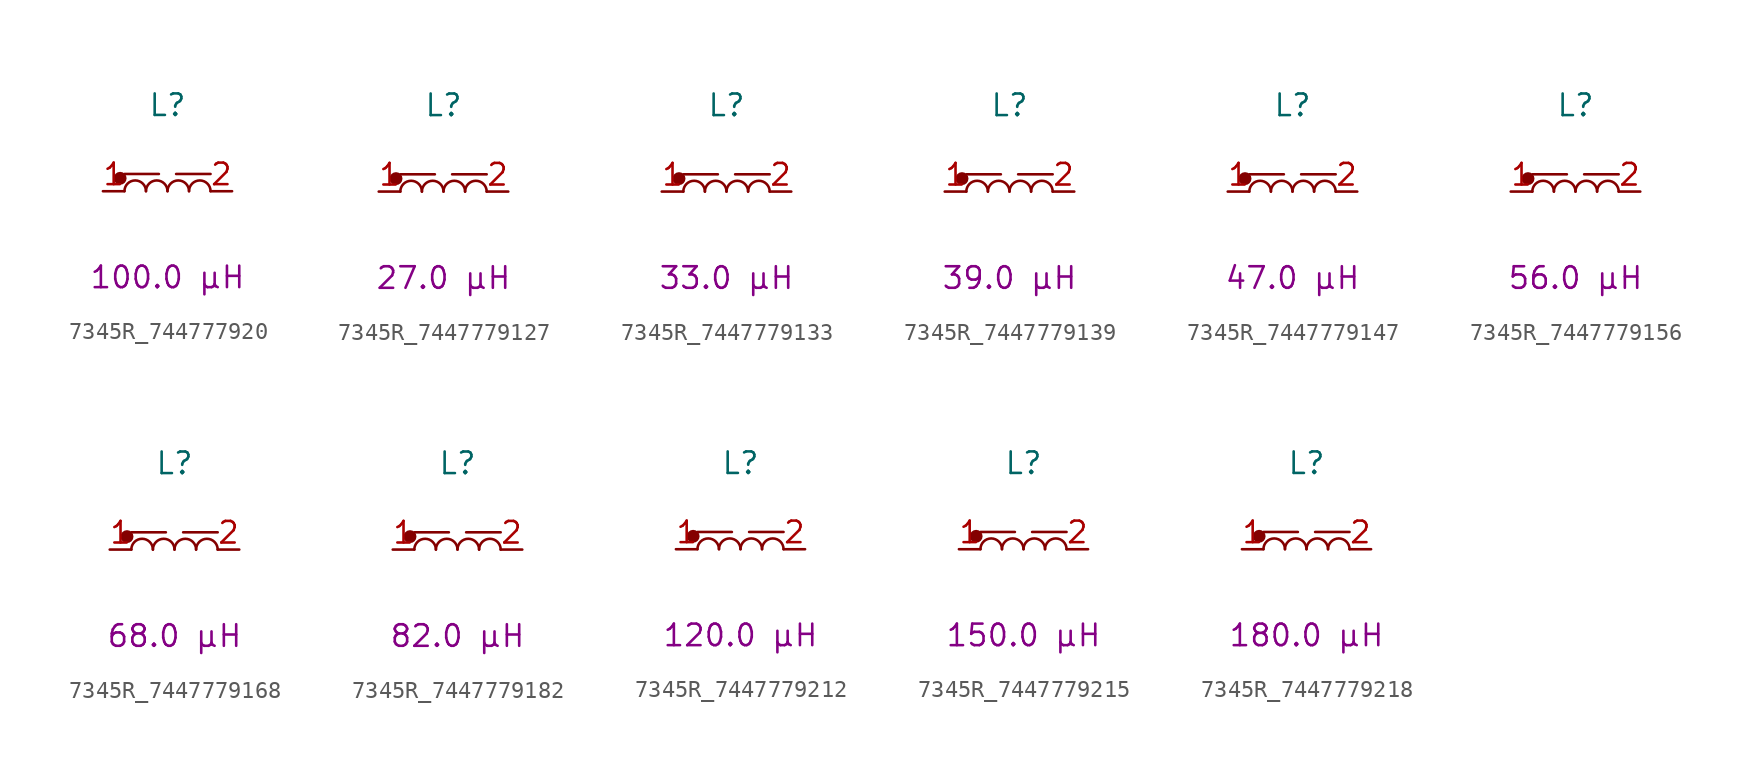
<source format=kicad_sym>
(kicad_symbol_lib
  (version 20220914)
  (generator kicad_symbol_editor)
  (symbol "7345R_744777920"
    (pin_names hide)
    (property "Reference" "L"
      (at 0 5.08 0)
      (effects (font (size 1.27 1.27))))
    (property "Critical Parameter" "100.0 µH"
      (at 0 -5.08 0)
      (effects (font (size 1.27 1.27))))
    (symbol "7345R_744777920_0_1"
      (arc (start -1.27 0) (mid -1.905 0.6323) (end -2.54 0) (stroke (width 0) (type default)) (fill (type none)))
      (arc (start 0 0) (mid -0.635 0.6323) (end -1.27 0) (stroke (width 0) (type default)) (fill (type none)))
      (polyline (pts (xy -2.54 1.016) (xy -0.508 1.016)) (stroke (width 0) (type default)) (fill (type none)))
      (arc (start 1.27 0) (mid 0.635 0.6323) (end 0 0) (stroke (width 0) (type default)) (fill (type none)))
      (arc (start 2.54 0) (mid 1.905 0.6323) (end 1.27 0) (stroke (width 0) (type default)) (fill (type none))))
    (symbol "7345R_744777920_1_1"
      (circle (center -2.794 0.762) (radius 0.0001) (stroke (width 0.381) (type default)) (fill (type none)))
      (polyline (pts (xy 2.54 1.016) (xy 0.508 1.016)) (stroke (width 0) (type default)) (fill (type none)))
      (pin passive line (at -3.81 0 0) (length 1.27) (name "1" (effects (font (size 1.27 1.27)))) (number "1" (effects (font (size 1.27 1.27)))))
      (pin passive line (at 3.81 0 180) (length 1.27) (name "2" (effects (font (size 1.27 1.27)))) (number "2" (effects (font (size 1.27 1.27)))))))
  (symbol "7345R_7447779127"
    (pin_names hide)
    (property "Reference" "L"
      (at 0 5.08 0)
      (effects (font (size 1.27 1.27))))
    (property "Critical Parameter" "27.0 µH"
      (at 0 -5.08 0)
      (effects (font (size 1.27 1.27))))
    (symbol "7345R_7447779127_0_1"
      (arc (start -1.27 0) (mid -1.905 0.6323) (end -2.54 0) (stroke (width 0) (type default)) (fill (type none)))
      (arc (start 0 0) (mid -0.635 0.6323) (end -1.27 0) (stroke (width 0) (type default)) (fill (type none)))
      (polyline (pts (xy -2.54 1.016) (xy -0.508 1.016)) (stroke (width 0) (type default)) (fill (type none)))
      (arc (start 1.27 0) (mid 0.635 0.6323) (end 0 0) (stroke (width 0) (type default)) (fill (type none)))
      (arc (start 2.54 0) (mid 1.905 0.6323) (end 1.27 0) (stroke (width 0) (type default)) (fill (type none))))
    (symbol "7345R_7447779127_1_1"
      (circle (center -2.794 0.762) (radius 0.0001) (stroke (width 0.381) (type default)) (fill (type none)))
      (polyline (pts (xy 2.54 1.016) (xy 0.508 1.016)) (stroke (width 0) (type default)) (fill (type none)))
      (pin passive line (at -3.81 0 0) (length 1.27) (name "1" (effects (font (size 1.27 1.27)))) (number "1" (effects (font (size 1.27 1.27)))))
      (pin passive line (at 3.81 0 180) (length 1.27) (name "2" (effects (font (size 1.27 1.27)))) (number "2" (effects (font (size 1.27 1.27)))))))
  (symbol "7345R_7447779133"
    (pin_names hide)
    (property "Reference" "L"
      (at 0 5.08 0)
      (effects (font (size 1.27 1.27))))
    (property "Critical Parameter" "33.0 µH"
      (at 0 -5.08 0)
      (effects (font (size 1.27 1.27))))
    (symbol "7345R_7447779133_0_1"
      (arc (start -1.27 0) (mid -1.905 0.6323) (end -2.54 0) (stroke (width 0) (type default)) (fill (type none)))
      (arc (start 0 0) (mid -0.635 0.6323) (end -1.27 0) (stroke (width 0) (type default)) (fill (type none)))
      (polyline (pts (xy -2.54 1.016) (xy -0.508 1.016)) (stroke (width 0) (type default)) (fill (type none)))
      (arc (start 1.27 0) (mid 0.635 0.6323) (end 0 0) (stroke (width 0) (type default)) (fill (type none)))
      (arc (start 2.54 0) (mid 1.905 0.6323) (end 1.27 0) (stroke (width 0) (type default)) (fill (type none))))
    (symbol "7345R_7447779133_1_1"
      (circle (center -2.794 0.762) (radius 0.0001) (stroke (width 0.381) (type default)) (fill (type none)))
      (polyline (pts (xy 2.54 1.016) (xy 0.508 1.016)) (stroke (width 0) (type default)) (fill (type none)))
      (pin passive line (at -3.81 0 0) (length 1.27) (name "1" (effects (font (size 1.27 1.27)))) (number "1" (effects (font (size 1.27 1.27)))))
      (pin passive line (at 3.81 0 180) (length 1.27) (name "2" (effects (font (size 1.27 1.27)))) (number "2" (effects (font (size 1.27 1.27)))))))
  (symbol "7345R_7447779139"
    (pin_names hide)
    (property "Reference" "L"
      (at 0 5.08 0)
      (effects (font (size 1.27 1.27))))
    (property "Critical Parameter" "39.0 µH"
      (at 0 -5.08 0)
      (effects (font (size 1.27 1.27))))
    (symbol "7345R_7447779139_0_1"
      (arc (start -1.27 0) (mid -1.905 0.6323) (end -2.54 0) (stroke (width 0) (type default)) (fill (type none)))
      (arc (start 0 0) (mid -0.635 0.6323) (end -1.27 0) (stroke (width 0) (type default)) (fill (type none)))
      (polyline (pts (xy -2.54 1.016) (xy -0.508 1.016)) (stroke (width 0) (type default)) (fill (type none)))
      (arc (start 1.27 0) (mid 0.635 0.6323) (end 0 0) (stroke (width 0) (type default)) (fill (type none)))
      (arc (start 2.54 0) (mid 1.905 0.6323) (end 1.27 0) (stroke (width 0) (type default)) (fill (type none))))
    (symbol "7345R_7447779139_1_1"
      (circle (center -2.794 0.762) (radius 0.0001) (stroke (width 0.381) (type default)) (fill (type none)))
      (polyline (pts (xy 2.54 1.016) (xy 0.508 1.016)) (stroke (width 0) (type default)) (fill (type none)))
      (pin passive line (at -3.81 0 0) (length 1.27) (name "1" (effects (font (size 1.27 1.27)))) (number "1" (effects (font (size 1.27 1.27)))))
      (pin passive line (at 3.81 0 180) (length 1.27) (name "2" (effects (font (size 1.27 1.27)))) (number "2" (effects (font (size 1.27 1.27)))))))
  (symbol "7345R_7447779147"
    (pin_names hide)
    (property "Reference" "L"
      (at 0 5.08 0)
      (effects (font (size 1.27 1.27))))
    (property "Critical Parameter" "47.0 µH"
      (at 0 -5.08 0)
      (effects (font (size 1.27 1.27))))
    (symbol "7345R_7447779147_0_1"
      (arc (start -1.27 0) (mid -1.905 0.6323) (end -2.54 0) (stroke (width 0) (type default)) (fill (type none)))
      (arc (start 0 0) (mid -0.635 0.6323) (end -1.27 0) (stroke (width 0) (type default)) (fill (type none)))
      (polyline (pts (xy -2.54 1.016) (xy -0.508 1.016)) (stroke (width 0) (type default)) (fill (type none)))
      (arc (start 1.27 0) (mid 0.635 0.6323) (end 0 0) (stroke (width 0) (type default)) (fill (type none)))
      (arc (start 2.54 0) (mid 1.905 0.6323) (end 1.27 0) (stroke (width 0) (type default)) (fill (type none))))
    (symbol "7345R_7447779147_1_1"
      (circle (center -2.794 0.762) (radius 0.0001) (stroke (width 0.381) (type default)) (fill (type none)))
      (polyline (pts (xy 2.54 1.016) (xy 0.508 1.016)) (stroke (width 0) (type default)) (fill (type none)))
      (pin passive line (at -3.81 0 0) (length 1.27) (name "1" (effects (font (size 1.27 1.27)))) (number "1" (effects (font (size 1.27 1.27)))))
      (pin passive line (at 3.81 0 180) (length 1.27) (name "2" (effects (font (size 1.27 1.27)))) (number "2" (effects (font (size 1.27 1.27)))))))
  (symbol "7345R_7447779156"
    (pin_names hide)
    (property "Reference" "L"
      (at 0 5.08 0)
      (effects (font (size 1.27 1.27))))
    (property "Critical Parameter" "56.0 µH"
      (at 0 -5.08 0)
      (effects (font (size 1.27 1.27))))
    (symbol "7345R_7447779156_0_1"
      (arc (start -1.27 0) (mid -1.905 0.6323) (end -2.54 0) (stroke (width 0) (type default)) (fill (type none)))
      (arc (start 0 0) (mid -0.635 0.6323) (end -1.27 0) (stroke (width 0) (type default)) (fill (type none)))
      (polyline (pts (xy -2.54 1.016) (xy -0.508 1.016)) (stroke (width 0) (type default)) (fill (type none)))
      (arc (start 1.27 0) (mid 0.635 0.6323) (end 0 0) (stroke (width 0) (type default)) (fill (type none)))
      (arc (start 2.54 0) (mid 1.905 0.6323) (end 1.27 0) (stroke (width 0) (type default)) (fill (type none))))
    (symbol "7345R_7447779156_1_1"
      (circle (center -2.794 0.762) (radius 0.0001) (stroke (width 0.381) (type default)) (fill (type none)))
      (polyline (pts (xy 2.54 1.016) (xy 0.508 1.016)) (stroke (width 0) (type default)) (fill (type none)))
      (pin passive line (at -3.81 0 0) (length 1.27) (name "1" (effects (font (size 1.27 1.27)))) (number "1" (effects (font (size 1.27 1.27)))))
      (pin passive line (at 3.81 0 180) (length 1.27) (name "2" (effects (font (size 1.27 1.27)))) (number "2" (effects (font (size 1.27 1.27)))))))
  (symbol "7345R_7447779168"
    (pin_names hide)
    (property "Reference" "L"
      (at 0 5.08 0)
      (effects (font (size 1.27 1.27))))
    (property "Critical Parameter" "68.0 µH"
      (at 0 -5.08 0)
      (effects (font (size 1.27 1.27))))
    (symbol "7345R_7447779168_0_1"
      (arc (start -1.27 0) (mid -1.905 0.6323) (end -2.54 0) (stroke (width 0) (type default)) (fill (type none)))
      (arc (start 0 0) (mid -0.635 0.6323) (end -1.27 0) (stroke (width 0) (type default)) (fill (type none)))
      (polyline (pts (xy -2.54 1.016) (xy -0.508 1.016)) (stroke (width 0) (type default)) (fill (type none)))
      (arc (start 1.27 0) (mid 0.635 0.6323) (end 0 0) (stroke (width 0) (type default)) (fill (type none)))
      (arc (start 2.54 0) (mid 1.905 0.6323) (end 1.27 0) (stroke (width 0) (type default)) (fill (type none))))
    (symbol "7345R_7447779168_1_1"
      (circle (center -2.794 0.762) (radius 0.0001) (stroke (width 0.381) (type default)) (fill (type none)))
      (polyline (pts (xy 2.54 1.016) (xy 0.508 1.016)) (stroke (width 0) (type default)) (fill (type none)))
      (pin passive line (at -3.81 0 0) (length 1.27) (name "1" (effects (font (size 1.27 1.27)))) (number "1" (effects (font (size 1.27 1.27)))))
      (pin passive line (at 3.81 0 180) (length 1.27) (name "2" (effects (font (size 1.27 1.27)))) (number "2" (effects (font (size 1.27 1.27)))))))
  (symbol "7345R_7447779182"
    (pin_names hide)
    (property "Reference" "L"
      (at 0 5.08 0)
      (effects (font (size 1.27 1.27))))
    (property "Critical Parameter" "82.0 µH"
      (at 0 -5.08 0)
      (effects (font (size 1.27 1.27))))
    (symbol "7345R_7447779182_0_1"
      (arc (start -1.27 0) (mid -1.905 0.6323) (end -2.54 0) (stroke (width 0) (type default)) (fill (type none)))
      (arc (start 0 0) (mid -0.635 0.6323) (end -1.27 0) (stroke (width 0) (type default)) (fill (type none)))
      (polyline (pts (xy -2.54 1.016) (xy -0.508 1.016)) (stroke (width 0) (type default)) (fill (type none)))
      (arc (start 1.27 0) (mid 0.635 0.6323) (end 0 0) (stroke (width 0) (type default)) (fill (type none)))
      (arc (start 2.54 0) (mid 1.905 0.6323) (end 1.27 0) (stroke (width 0) (type default)) (fill (type none))))
    (symbol "7345R_7447779182_1_1"
      (circle (center -2.794 0.762) (radius 0.0001) (stroke (width 0.381) (type default)) (fill (type none)))
      (polyline (pts (xy 2.54 1.016) (xy 0.508 1.016)) (stroke (width 0) (type default)) (fill (type none)))
      (pin passive line (at -3.81 0 0) (length 1.27) (name "1" (effects (font (size 1.27 1.27)))) (number "1" (effects (font (size 1.27 1.27)))))
      (pin passive line (at 3.81 0 180) (length 1.27) (name "2" (effects (font (size 1.27 1.27)))) (number "2" (effects (font (size 1.27 1.27)))))))
  (symbol "7345R_7447779212"
    (pin_names hide)
    (property "Reference" "L"
      (at 0 5.08 0)
      (effects (font (size 1.27 1.27))))
    (property "Critical Parameter" "120.0 µH"
      (at 0 -5.08 0)
      (effects (font (size 1.27 1.27))))
    (symbol "7345R_7447779212_0_1"
      (arc (start -1.27 0) (mid -1.905 0.6323) (end -2.54 0) (stroke (width 0) (type default)) (fill (type none)))
      (arc (start 0 0) (mid -0.635 0.6323) (end -1.27 0) (stroke (width 0) (type default)) (fill (type none)))
      (polyline (pts (xy -2.54 1.016) (xy -0.508 1.016)) (stroke (width 0) (type default)) (fill (type none)))
      (arc (start 1.27 0) (mid 0.635 0.6323) (end 0 0) (stroke (width 0) (type default)) (fill (type none)))
      (arc (start 2.54 0) (mid 1.905 0.6323) (end 1.27 0) (stroke (width 0) (type default)) (fill (type none))))
    (symbol "7345R_7447779212_1_1"
      (circle (center -2.794 0.762) (radius 0.0001) (stroke (width 0.381) (type default)) (fill (type none)))
      (polyline (pts (xy 2.54 1.016) (xy 0.508 1.016)) (stroke (width 0) (type default)) (fill (type none)))
      (pin passive line (at -3.81 0 0) (length 1.27) (name "1" (effects (font (size 1.27 1.27)))) (number "1" (effects (font (size 1.27 1.27)))))
      (pin passive line (at 3.81 0 180) (length 1.27) (name "2" (effects (font (size 1.27 1.27)))) (number "2" (effects (font (size 1.27 1.27)))))))
  (symbol "7345R_7447779215"
    (pin_names hide)
    (property "Reference" "L"
      (at 0 5.08 0)
      (effects (font (size 1.27 1.27))))
    (property "Critical Parameter" "150.0 µH"
      (at 0 -5.08 0)
      (effects (font (size 1.27 1.27))))
    (symbol "7345R_7447779215_0_1"
      (arc (start -1.27 0) (mid -1.905 0.6323) (end -2.54 0) (stroke (width 0) (type default)) (fill (type none)))
      (arc (start 0 0) (mid -0.635 0.6323) (end -1.27 0) (stroke (width 0) (type default)) (fill (type none)))
      (polyline (pts (xy -2.54 1.016) (xy -0.508 1.016)) (stroke (width 0) (type default)) (fill (type none)))
      (arc (start 1.27 0) (mid 0.635 0.6323) (end 0 0) (stroke (width 0) (type default)) (fill (type none)))
      (arc (start 2.54 0) (mid 1.905 0.6323) (end 1.27 0) (stroke (width 0) (type default)) (fill (type none))))
    (symbol "7345R_7447779215_1_1"
      (circle (center -2.794 0.762) (radius 0.0001) (stroke (width 0.381) (type default)) (fill (type none)))
      (polyline (pts (xy 2.54 1.016) (xy 0.508 1.016)) (stroke (width 0) (type default)) (fill (type none)))
      (pin passive line (at -3.81 0 0) (length 1.27) (name "1" (effects (font (size 1.27 1.27)))) (number "1" (effects (font (size 1.27 1.27)))))
      (pin passive line (at 3.81 0 180) (length 1.27) (name "2" (effects (font (size 1.27 1.27)))) (number "2" (effects (font (size 1.27 1.27)))))))
  (symbol "7345R_7447779218"
    (pin_names hide)
    (property "Reference" "L"
      (at 0 5.08 0)
      (effects (font (size 1.27 1.27))))
    (property "Critical Parameter" "180.0 µH"
      (at 0 -5.08 0)
      (effects (font (size 1.27 1.27))))
    (symbol "7345R_7447779218_0_1"
      (arc (start -1.27 0) (mid -1.905 0.6323) (end -2.54 0) (stroke (width 0) (type default)) (fill (type none)))
      (arc (start 0 0) (mid -0.635 0.6323) (end -1.27 0) (stroke (width 0) (type default)) (fill (type none)))
      (polyline (pts (xy -2.54 1.016) (xy -0.508 1.016)) (stroke (width 0) (type default)) (fill (type none)))
      (arc (start 1.27 0) (mid 0.635 0.6323) (end 0 0) (stroke (width 0) (type default)) (fill (type none)))
      (arc (start 2.54 0) (mid 1.905 0.6323) (end 1.27 0) (stroke (width 0) (type default)) (fill (type none))))
    (symbol "7345R_7447779218_1_1"
      (circle (center -2.794 0.762) (radius 0.0001) (stroke (width 0.381) (type default)) (fill (type none)))
      (polyline (pts (xy 2.54 1.016) (xy 0.508 1.016)) (stroke (width 0) (type default)) (fill (type none)))
      (pin passive line (at -3.81 0 0) (length 1.27) (name "1" (effects (font (size 1.27 1.27)))) (number "1" (effects (font (size 1.27 1.27)))))
      (pin passive line (at 3.81 0 180) (length 1.27) (name "2" (effects (font (size 1.27 1.27)))) (number "2" (effects (font (size 1.27 1.27))))))))
</source>
